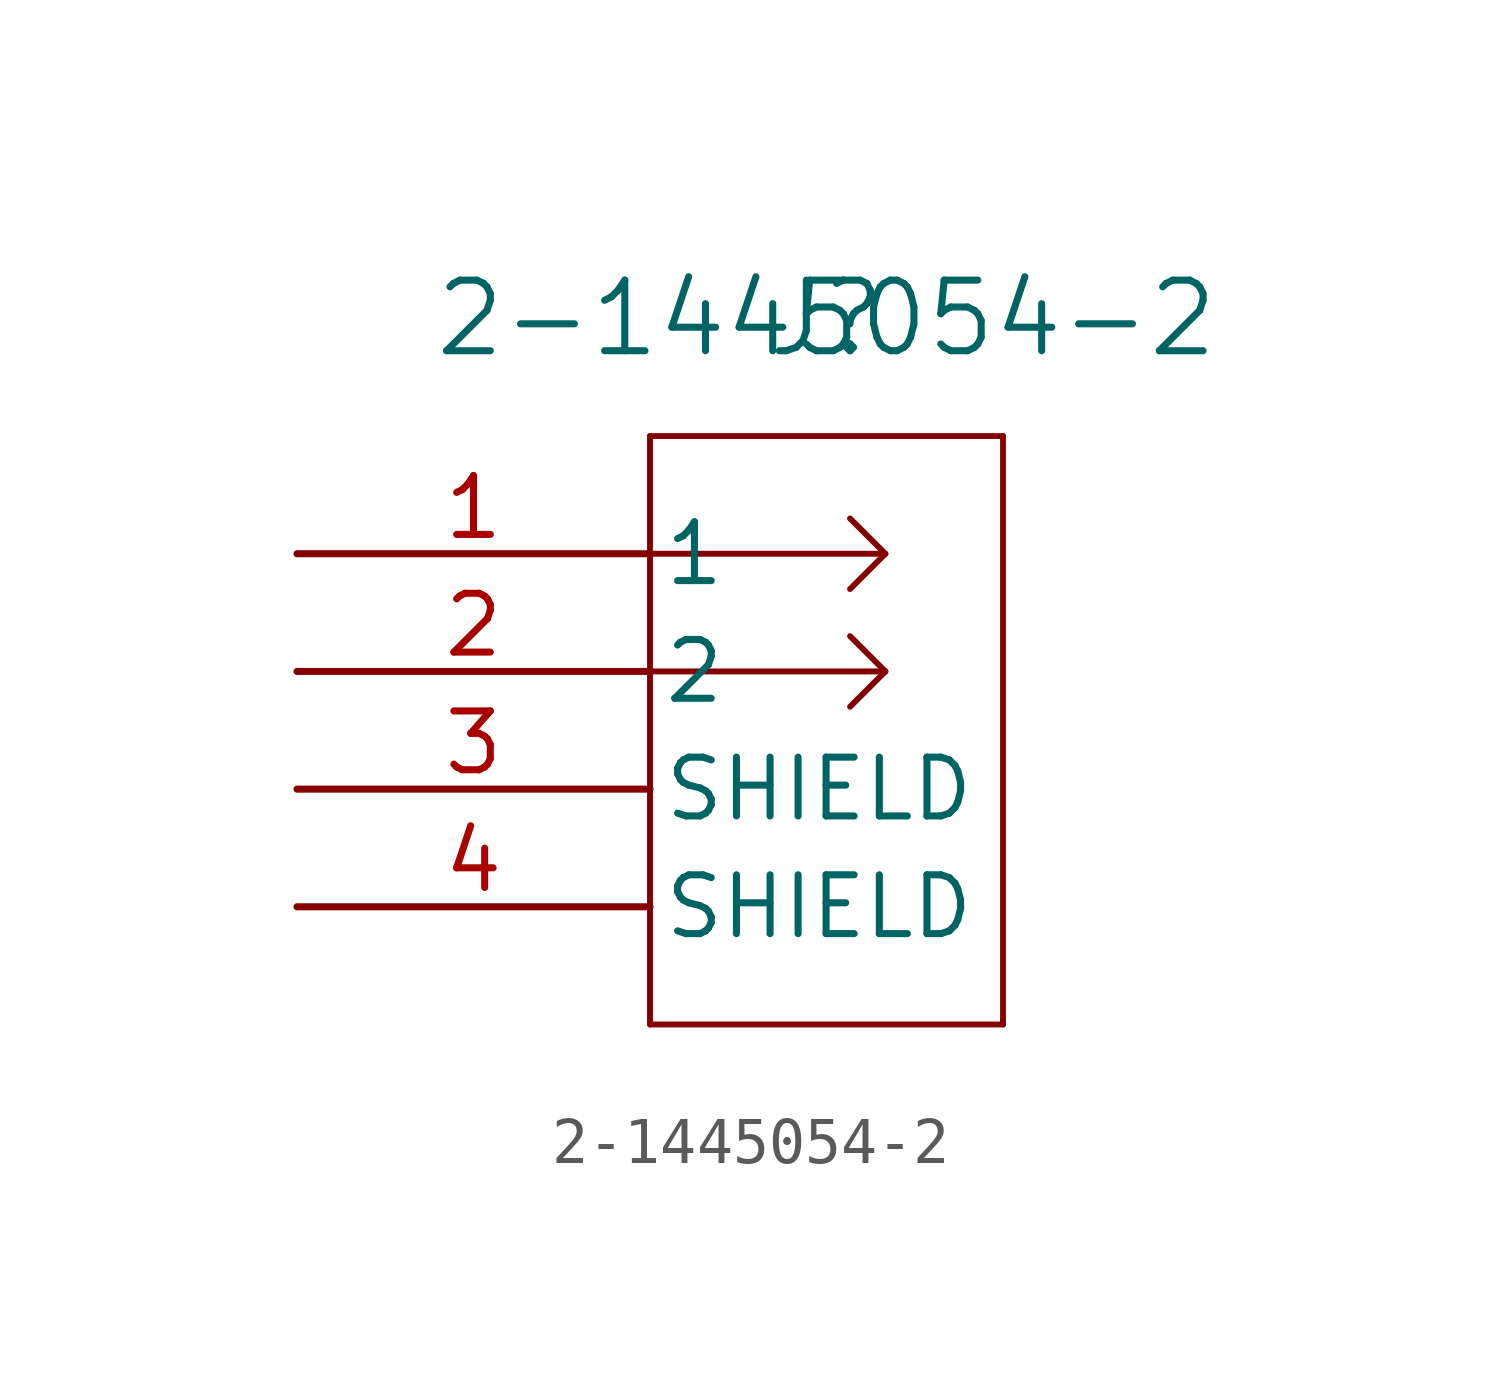
<source format=kicad_sym>
(kicad_symbol_lib
  (version 20231120)
  (generator "kicad_symbol_editor")
  (generator_version "8.0")
  (symbol "2-1445054-2"
    (pin_names
      (offset 0.254))
    (property "Reference" "J"
      (at 11.43 5.08 0)
      (effects (font (size 1.524 1.524))))
    (property "Value" "2-1445054-2"
      (at 11.43 5.08 0)
      (effects (font (size 1.524 1.524))))
    (symbol "2-1445054-2_0_1"
      (polyline (pts (xy 7.62 -10.16) (xy 15.24 -10.16)) (stroke (width 0.127) (type default)) (fill (type none)))
      (polyline (pts (xy 7.62 -2.54) (xy 12.7 -2.54)) (stroke (width 0.127) (type default)) (fill (type none)))
      (polyline (pts (xy 7.62 0) (xy 12.7 0)) (stroke (width 0.127) (type default)) (fill (type none)))
      (polyline (pts (xy 7.62 2.54) (xy 7.62 -10.16)) (stroke (width 0.127) (type default)) (fill (type none)))
      (polyline (pts (xy 12.7 -2.54) (xy 11.938 -3.302)) (stroke (width 0.127) (type default)) (fill (type none)))
      (polyline (pts (xy 12.7 -2.54) (xy 11.938 -1.778)) (stroke (width 0.127) (type default)) (fill (type none)))
      (polyline (pts (xy 12.7 0) (xy 11.938 -0.762)) (stroke (width 0.127) (type default)) (fill (type none)))
      (polyline (pts (xy 12.7 0) (xy 11.938 0.762)) (stroke (width 0.127) (type default)) (fill (type none)))
      (polyline (pts (xy 15.24 -10.16) (xy 15.24 2.54)) (stroke (width 0.127) (type default)) (fill (type none)))
      (polyline (pts (xy 15.24 2.54) (xy 7.62 2.54)) (stroke (width 0.127) (type default)) (fill (type none)))
      (pin unspecified line (at 0 0 0) (length 7.62) (name "1" (effects (font (size 1.27 1.27)))) (number "1" (effects (font (size 1.27 1.27)))))
      (pin unspecified line (at 0 -2.54 0) (length 7.62) (name "2" (effects (font (size 1.27 1.27)))) (number "2" (effects (font (size 1.27 1.27)))))
      (pin unspecified line (at 0 -5.08 0) (length 7.62) (name "SHIELD" (effects (font (size 1.27 1.27)))) (number "3" (effects (font (size 1.27 1.27)))))
      (pin unspecified line (at 0 -7.62 0) (length 7.62) (name "SHIELD" (effects (font (size 1.27 1.27)))) (number "4" (effects (font (size 1.27 1.27))))))))
</source>
